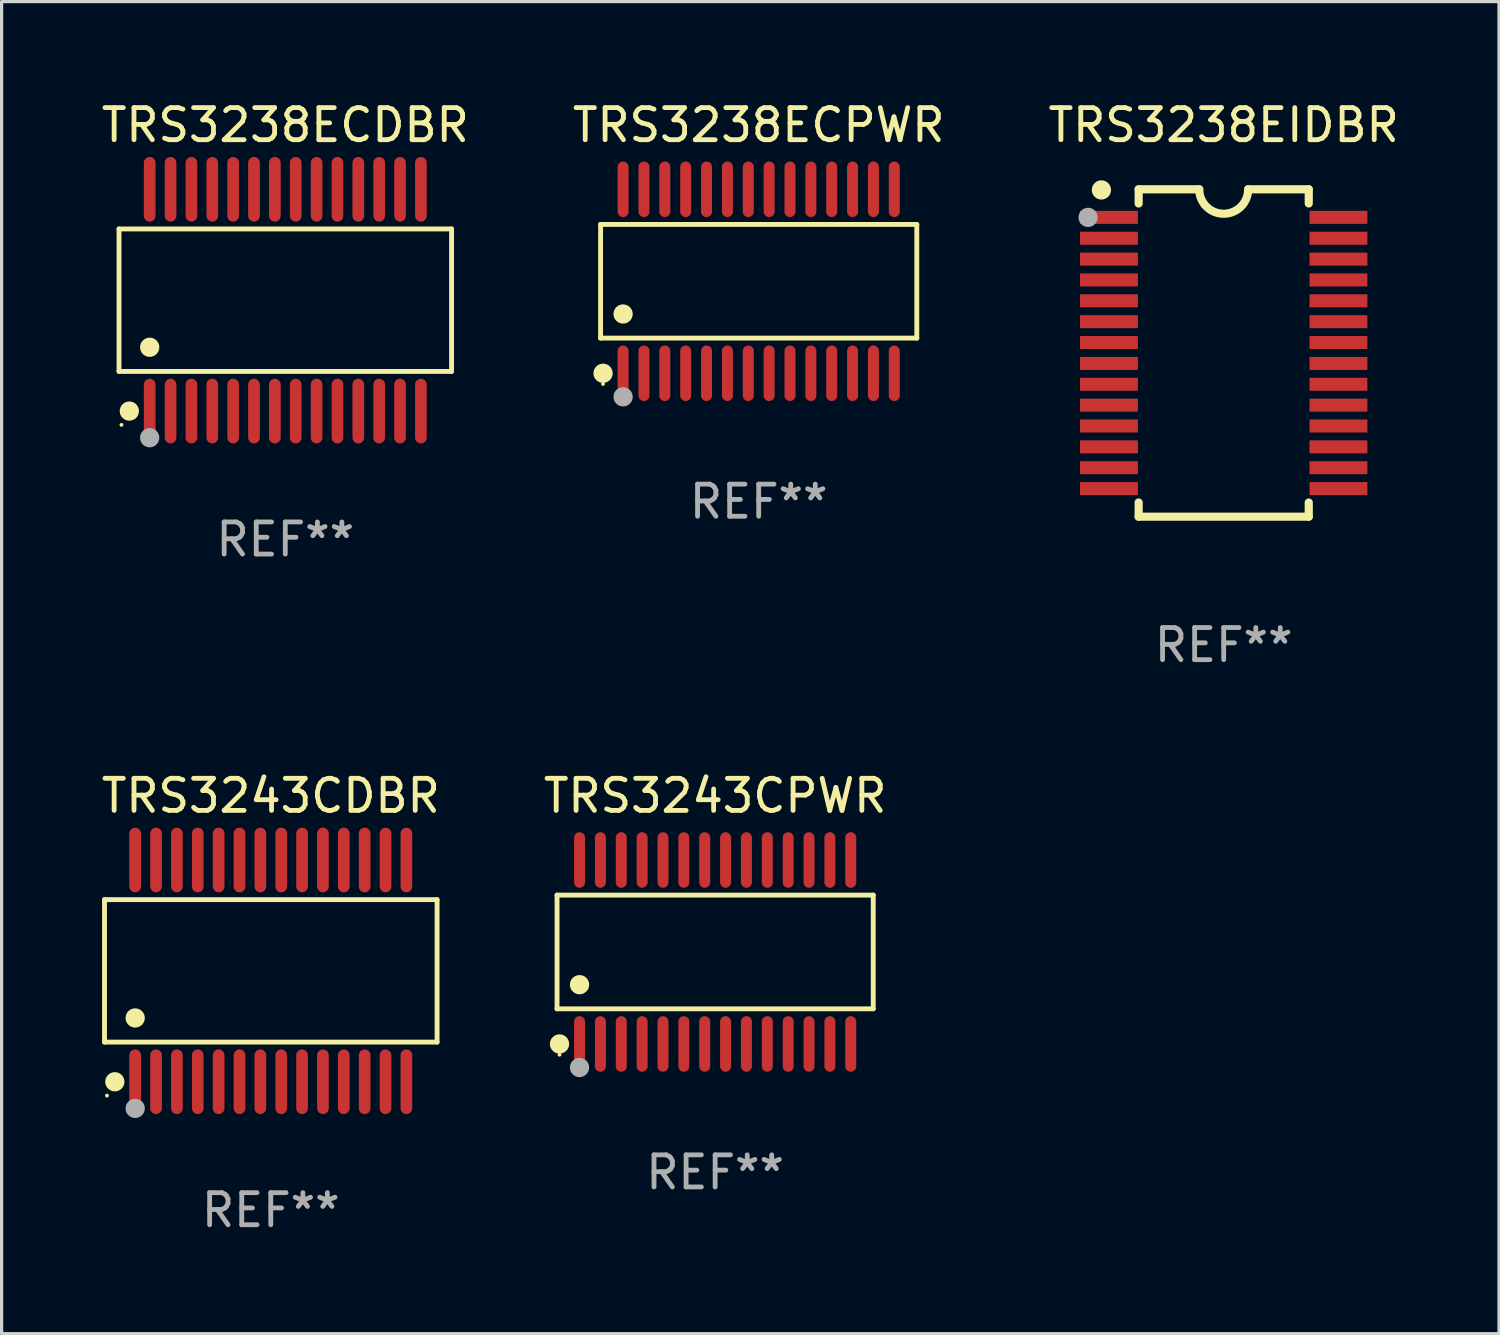
<source format=kicad_pcb>
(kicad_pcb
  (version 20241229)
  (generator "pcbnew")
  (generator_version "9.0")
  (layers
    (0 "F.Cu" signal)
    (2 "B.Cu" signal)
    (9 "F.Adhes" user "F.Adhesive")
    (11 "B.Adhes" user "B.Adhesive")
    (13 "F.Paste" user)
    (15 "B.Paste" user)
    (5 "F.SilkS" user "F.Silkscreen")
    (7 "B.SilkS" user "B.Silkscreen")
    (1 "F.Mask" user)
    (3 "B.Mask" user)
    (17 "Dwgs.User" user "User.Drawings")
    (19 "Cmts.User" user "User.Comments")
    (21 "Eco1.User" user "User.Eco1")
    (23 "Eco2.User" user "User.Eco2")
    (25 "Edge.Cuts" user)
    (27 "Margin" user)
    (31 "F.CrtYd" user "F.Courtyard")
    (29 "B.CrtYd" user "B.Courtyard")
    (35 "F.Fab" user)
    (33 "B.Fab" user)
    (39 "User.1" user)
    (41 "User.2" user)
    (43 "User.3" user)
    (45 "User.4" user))
  (footprint "TRS3243CDBR"
    (layer "F.Cu")
    (at 5.387 27.2)
    (property "Reference" "TRS3243CDBR" (at 0 -5.455 0) (layer "F.SilkS") (effects (font (size 1 1) (thickness 0.15))))
    (attr through_hole)
    (fp_line (start -5.181 -2.219) (end 5.181 -2.219) (stroke (width 0.152) (type solid)) (layer "F.SilkS"))
    (fp_line (start -5.181 2.219) (end -5.181 -2.219) (stroke (width 0.152) (type solid)) (layer "F.SilkS"))
    (fp_line (start 5.181 -2.219) (end 5.181 2.219) (stroke (width 0.152) (type solid)) (layer "F.SilkS"))
    (fp_line (start 5.181 2.219) (end -5.181 2.219) (stroke (width 0.152) (type solid)) (layer "F.SilkS"))
    (fp_circle (center -5.105 3.885) (end -5.075 3.885) (stroke (width 0.06) (type solid)) (fill no) (layer "F.SilkS"))
    (fp_circle (center -4.859 3.455) (end -4.709 3.455) (stroke (width 0.3) (type solid)) (fill no) (layer "F.SilkS"))
    (fp_circle (center -4.225 1.467) (end -4.075 1.467) (stroke (width 0.3) (type solid)) (fill no) (layer "F.SilkS"))
    (fp_circle (center -4.225 4.285) (end -4.075 4.285) (stroke (width 0.3) (type solid)) (fill no) (layer "F.Fab"))
    (fp_text user "REF**" (at 0 7.455 0) (layer "F.Fab") (effects (font (size 1 1) (thickness 0.15))))
    (pad "1" smd oval (at -4.225 3.455) (size 0.364 2.015) (layers "F.Cu" "F.Mask" "F.Paste"))
    (pad "2" smd oval (at -3.575 3.455) (size 0.364 2.015) (layers "F.Cu" "F.Mask" "F.Paste"))
    (pad "3" smd oval (at -2.925 3.455) (size 0.364 2.015) (layers "F.Cu" "F.Mask" "F.Paste"))
    (pad "4" smd oval (at -2.275 3.455) (size 0.364 2.015) (layers "F.Cu" "F.Mask" "F.Paste"))
    (pad "5" smd oval (at -1.625 3.455) (size 0.364 2.015) (layers "F.Cu" "F.Mask" "F.Paste"))
    (pad "6" smd oval (at -0.975 3.455) (size 0.364 2.015) (layers "F.Cu" "F.Mask" "F.Paste"))
    (pad "7" smd oval (at -0.325 3.455) (size 0.364 2.015) (layers "F.Cu" "F.Mask" "F.Paste"))
    (pad "8" smd oval (at 0.325 3.455) (size 0.364 2.015) (layers "F.Cu" "F.Mask" "F.Paste"))
    (pad "9" smd oval (at 0.975 3.455) (size 0.364 2.015) (layers "F.Cu" "F.Mask" "F.Paste"))
    (pad "10" smd oval (at 1.625 3.455) (size 0.364 2.015) (layers "F.Cu" "F.Mask" "F.Paste"))
    (pad "11" smd oval (at 2.275 3.455) (size 0.364 2.015) (layers "F.Cu" "F.Mask" "F.Paste"))
    (pad "12" smd oval (at 2.925 3.455) (size 0.364 2.015) (layers "F.Cu" "F.Mask" "F.Paste"))
    (pad "13" smd oval (at 3.575 3.455) (size 0.364 2.015) (layers "F.Cu" "F.Mask" "F.Paste"))
    (pad "14" smd oval (at 4.225 3.455) (size 0.364 2.015) (layers "F.Cu" "F.Mask" "F.Paste"))
    (pad "15" smd oval (at 4.225 -3.455) (size 0.364 2.015) (layers "F.Cu" "F.Mask" "F.Paste"))
    (pad "16" smd oval (at 3.575 -3.455) (size 0.364 2.015) (layers "F.Cu" "F.Mask" "F.Paste"))
    (pad "17" smd oval (at 2.925 -3.455) (size 0.364 2.015) (layers "F.Cu" "F.Mask" "F.Paste"))
    (pad "18" smd oval (at 2.275 -3.455) (size 0.364 2.015) (layers "F.Cu" "F.Mask" "F.Paste"))
    (pad "19" smd oval (at 1.625 -3.455) (size 0.364 2.015) (layers "F.Cu" "F.Mask" "F.Paste"))
    (pad "20" smd oval (at 0.975 -3.455) (size 0.364 2.015) (layers "F.Cu" "F.Mask" "F.Paste"))
    (pad "21" smd oval (at 0.325 -3.455) (size 0.364 2.015) (layers "F.Cu" "F.Mask" "F.Paste"))
    (pad "22" smd oval (at -0.325 -3.455) (size 0.364 2.015) (layers "F.Cu" "F.Mask" "F.Paste"))
    (pad "23" smd oval (at -0.975 -3.455) (size 0.364 2.015) (layers "F.Cu" "F.Mask" "F.Paste"))
    (pad "24" smd oval (at -1.625 -3.455) (size 0.364 2.015) (layers "F.Cu" "F.Mask" "F.Paste"))
    (pad "25" smd oval (at -2.275 -3.455) (size 0.364 2.015) (layers "F.Cu" "F.Mask" "F.Paste"))
    (pad "26" smd oval (at -2.925 -3.455) (size 0.364 2.015) (layers "F.Cu" "F.Mask" "F.Paste"))
    (pad "27" smd oval (at -3.575 -3.455) (size 0.364 2.015) (layers "F.Cu" "F.Mask" "F.Paste"))
    (pad "28" smd oval (at -4.225 -3.455) (size 0.364 2.015) (layers "F.Cu" "F.Mask" "F.Paste")))
  (footprint "TRS3238ECPWR"
    (layer "F.Cu")
    (at 20.589 5.714)
    (property "Reference" "TRS3238ECPWR" (at 0 -4.866 0) (layer "F.SilkS") (effects (font (size 1 1) (thickness 0.15))))
    (attr through_hole)
    (fp_line (start -4.926 -1.772) (end 4.926 -1.772) (stroke (width 0.152) (type solid)) (layer "F.SilkS"))
    (fp_line (start -4.926 1.771) (end -4.926 -1.772) (stroke (width 0.152) (type solid)) (layer "F.SilkS"))
    (fp_line (start 4.926 -1.772) (end 4.926 1.771) (stroke (width 0.152) (type solid)) (layer "F.SilkS"))
    (fp_line (start 4.926 1.771) (end -4.926 1.771) (stroke (width 0.152) (type solid)) (layer "F.SilkS"))
    (fp_circle (center -4.85 3.2) (end -4.82 3.2) (stroke (width 0.06) (type solid)) (fill no) (layer "F.SilkS"))
    (fp_circle (center -4.849 2.866) (end -4.699 2.866) (stroke (width 0.3) (type solid)) (fill no) (layer "F.SilkS"))
    (fp_circle (center -4.225 1.019) (end -4.075 1.019) (stroke (width 0.3) (type solid)) (fill no) (layer "F.SilkS"))
    (fp_circle (center -4.225 3.6) (end -4.075 3.6) (stroke (width 0.3) (type solid)) (fill no) (layer "F.Fab"))
    (fp_text user "REF**" (at 0 6.866 0) (layer "F.Fab") (effects (font (size 1 1) (thickness 0.15))))
    (pad "1" smd oval (at -4.225 2.866) (size 0.343 1.731) (layers "F.Cu" "F.Mask" "F.Paste"))
    (pad "2" smd oval (at -3.575 2.866) (size 0.343 1.731) (layers "F.Cu" "F.Mask" "F.Paste"))
    (pad "3" smd oval (at -2.925 2.866) (size 0.343 1.731) (layers "F.Cu" "F.Mask" "F.Paste"))
    (pad "4" smd oval (at -2.275 2.866) (size 0.343 1.731) (layers "F.Cu" "F.Mask" "F.Paste"))
    (pad "5" smd oval (at -1.625 2.866) (size 0.343 1.731) (layers "F.Cu" "F.Mask" "F.Paste"))
    (pad "6" smd oval (at -0.975 2.866) (size 0.343 1.731) (layers "F.Cu" "F.Mask" "F.Paste"))
    (pad "7" smd oval (at -0.325 2.866) (size 0.343 1.731) (layers "F.Cu" "F.Mask" "F.Paste"))
    (pad "8" smd oval (at 0.325 2.866) (size 0.343 1.731) (layers "F.Cu" "F.Mask" "F.Paste"))
    (pad "9" smd oval (at 0.975 2.866) (size 0.343 1.731) (layers "F.Cu" "F.Mask" "F.Paste"))
    (pad "10" smd oval (at 1.625 2.866) (size 0.343 1.731) (layers "F.Cu" "F.Mask" "F.Paste"))
    (pad "11" smd oval (at 2.275 2.866) (size 0.343 1.731) (layers "F.Cu" "F.Mask" "F.Paste"))
    (pad "12" smd oval (at 2.925 2.866) (size 0.343 1.731) (layers "F.Cu" "F.Mask" "F.Paste"))
    (pad "13" smd oval (at 3.575 2.866) (size 0.343 1.731) (layers "F.Cu" "F.Mask" "F.Paste"))
    (pad "14" smd oval (at 4.225 2.866) (size 0.343 1.731) (layers "F.Cu" "F.Mask" "F.Paste"))
    (pad "15" smd oval (at 4.225 -2.866) (size 0.343 1.731) (layers "F.Cu" "F.Mask" "F.Paste"))
    (pad "16" smd oval (at 3.575 -2.866) (size 0.343 1.731) (layers "F.Cu" "F.Mask" "F.Paste"))
    (pad "17" smd oval (at 2.925 -2.866) (size 0.343 1.731) (layers "F.Cu" "F.Mask" "F.Paste"))
    (pad "18" smd oval (at 2.275 -2.866) (size 0.343 1.731) (layers "F.Cu" "F.Mask" "F.Paste"))
    (pad "19" smd oval (at 1.625 -2.866) (size 0.343 1.731) (layers "F.Cu" "F.Mask" "F.Paste"))
    (pad "20" smd oval (at 0.975 -2.866) (size 0.343 1.731) (layers "F.Cu" "F.Mask" "F.Paste"))
    (pad "21" smd oval (at 0.325 -2.866) (size 0.343 1.731) (layers "F.Cu" "F.Mask" "F.Paste"))
    (pad "22" smd oval (at -0.325 -2.866) (size 0.343 1.731) (layers "F.Cu" "F.Mask" "F.Paste"))
    (pad "23" smd oval (at -0.975 -2.866) (size 0.343 1.731) (layers "F.Cu" "F.Mask" "F.Paste"))
    (pad "24" smd oval (at -1.625 -2.866) (size 0.343 1.731) (layers "F.Cu" "F.Mask" "F.Paste"))
    (pad "25" smd oval (at -2.275 -2.866) (size 0.343 1.731) (layers "F.Cu" "F.Mask" "F.Paste"))
    (pad "26" smd oval (at -2.925 -2.866) (size 0.343 1.731) (layers "F.Cu" "F.Mask" "F.Paste"))
    (pad "27" smd oval (at -3.575 -2.866) (size 0.343 1.731) (layers "F.Cu" "F.Mask" "F.Paste"))
    (pad "28" smd oval (at -4.225 -2.866) (size 0.343 1.731) (layers "F.Cu" "F.Mask" "F.Paste")))
  (footprint "TRS3238ECDBR"
    (layer "F.Cu")
    (at 5.839 6.303)
    (property "Reference" "TRS3238ECDBR" (at 0 -5.455 0) (layer "F.SilkS") (effects (font (size 1 1) (thickness 0.15))))
    (attr through_hole)
    (fp_line (start -5.181 -2.219) (end 5.181 -2.219) (stroke (width 0.152) (type solid)) (layer "F.SilkS"))
    (fp_line (start -5.181 2.219) (end -5.181 -2.219) (stroke (width 0.152) (type solid)) (layer "F.SilkS"))
    (fp_line (start 5.181 -2.219) (end 5.181 2.219) (stroke (width 0.152) (type solid)) (layer "F.SilkS"))
    (fp_line (start 5.181 2.219) (end -5.181 2.219) (stroke (width 0.152) (type solid)) (layer "F.SilkS"))
    (fp_circle (center -5.105 3.885) (end -5.075 3.885) (stroke (width 0.06) (type solid)) (fill no) (layer "F.SilkS"))
    (fp_circle (center -4.859 3.455) (end -4.709 3.455) (stroke (width 0.3) (type solid)) (fill no) (layer "F.SilkS"))
    (fp_circle (center -4.225 1.467) (end -4.075 1.467) (stroke (width 0.3) (type solid)) (fill no) (layer "F.SilkS"))
    (fp_circle (center -4.225 4.285) (end -4.075 4.285) (stroke (width 0.3) (type solid)) (fill no) (layer "F.Fab"))
    (fp_text user "REF**" (at 0 7.455 0) (layer "F.Fab") (effects (font (size 1 1) (thickness 0.15))))
    (pad "1" smd oval (at -4.225 3.455) (size 0.364 2.015) (layers "F.Cu" "F.Mask" "F.Paste"))
    (pad "2" smd oval (at -3.575 3.455) (size 0.364 2.015) (layers "F.Cu" "F.Mask" "F.Paste"))
    (pad "3" smd oval (at -2.925 3.455) (size 0.364 2.015) (layers "F.Cu" "F.Mask" "F.Paste"))
    (pad "4" smd oval (at -2.275 3.455) (size 0.364 2.015) (layers "F.Cu" "F.Mask" "F.Paste"))
    (pad "5" smd oval (at -1.625 3.455) (size 0.364 2.015) (layers "F.Cu" "F.Mask" "F.Paste"))
    (pad "6" smd oval (at -0.975 3.455) (size 0.364 2.015) (layers "F.Cu" "F.Mask" "F.Paste"))
    (pad "7" smd oval (at -0.325 3.455) (size 0.364 2.015) (layers "F.Cu" "F.Mask" "F.Paste"))
    (pad "8" smd oval (at 0.325 3.455) (size 0.364 2.015) (layers "F.Cu" "F.Mask" "F.Paste"))
    (pad "9" smd oval (at 0.975 3.455) (size 0.364 2.015) (layers "F.Cu" "F.Mask" "F.Paste"))
    (pad "10" smd oval (at 1.625 3.455) (size 0.364 2.015) (layers "F.Cu" "F.Mask" "F.Paste"))
    (pad "11" smd oval (at 2.275 3.455) (size 0.364 2.015) (layers "F.Cu" "F.Mask" "F.Paste"))
    (pad "12" smd oval (at 2.925 3.455) (size 0.364 2.015) (layers "F.Cu" "F.Mask" "F.Paste"))
    (pad "13" smd oval (at 3.575 3.455) (size 0.364 2.015) (layers "F.Cu" "F.Mask" "F.Paste"))
    (pad "14" smd oval (at 4.225 3.455) (size 0.364 2.015) (layers "F.Cu" "F.Mask" "F.Paste"))
    (pad "15" smd oval (at 4.225 -3.455) (size 0.364 2.015) (layers "F.Cu" "F.Mask" "F.Paste"))
    (pad "16" smd oval (at 3.575 -3.455) (size 0.364 2.015) (layers "F.Cu" "F.Mask" "F.Paste"))
    (pad "17" smd oval (at 2.925 -3.455) (size 0.364 2.015) (layers "F.Cu" "F.Mask" "F.Paste"))
    (pad "18" smd oval (at 2.275 -3.455) (size 0.364 2.015) (layers "F.Cu" "F.Mask" "F.Paste"))
    (pad "19" smd oval (at 1.625 -3.455) (size 0.364 2.015) (layers "F.Cu" "F.Mask" "F.Paste"))
    (pad "20" smd oval (at 0.975 -3.455) (size 0.364 2.015) (layers "F.Cu" "F.Mask" "F.Paste"))
    (pad "21" smd oval (at 0.325 -3.455) (size 0.364 2.015) (layers "F.Cu" "F.Mask" "F.Paste"))
    (pad "22" smd oval (at -0.325 -3.455) (size 0.364 2.015) (layers "F.Cu" "F.Mask" "F.Paste"))
    (pad "23" smd oval (at -0.975 -3.455) (size 0.364 2.015) (layers "F.Cu" "F.Mask" "F.Paste"))
    (pad "24" smd oval (at -1.625 -3.455) (size 0.364 2.015) (layers "F.Cu" "F.Mask" "F.Paste"))
    (pad "25" smd oval (at -2.275 -3.455) (size 0.364 2.015) (layers "F.Cu" "F.Mask" "F.Paste"))
    (pad "26" smd oval (at -2.925 -3.455) (size 0.364 2.015) (layers "F.Cu" "F.Mask" "F.Paste"))
    (pad "27" smd oval (at -3.575 -3.455) (size 0.364 2.015) (layers "F.Cu" "F.Mask" "F.Paste"))
    (pad "28" smd oval (at -4.225 -3.455) (size 0.364 2.015) (layers "F.Cu" "F.Mask" "F.Paste")))
  (footprint "TRS3243CPWR"
    (layer "F.Cu")
    (at 19.232 26.611)
    (property "Reference" "TRS3243CPWR" (at 0 -4.866 0) (layer "F.SilkS") (effects (font (size 1 1) (thickness 0.15))))
    (attr through_hole)
    (fp_line (start -4.926 -1.772) (end 4.926 -1.772) (stroke (width 0.152) (type solid)) (layer "F.SilkS"))
    (fp_line (start -4.926 1.771) (end -4.926 -1.772) (stroke (width 0.152) (type solid)) (layer "F.SilkS"))
    (fp_line (start 4.926 -1.772) (end 4.926 1.771) (stroke (width 0.152) (type solid)) (layer "F.SilkS"))
    (fp_line (start 4.926 1.771) (end -4.926 1.771) (stroke (width 0.152) (type solid)) (layer "F.SilkS"))
    (fp_circle (center -4.85 3.2) (end -4.82 3.2) (stroke (width 0.06) (type solid)) (fill no) (layer "F.SilkS"))
    (fp_circle (center -4.849 2.866) (end -4.699 2.866) (stroke (width 0.3) (type solid)) (fill no) (layer "F.SilkS"))
    (fp_circle (center -4.225 1.019) (end -4.075 1.019) (stroke (width 0.3) (type solid)) (fill no) (layer "F.SilkS"))
    (fp_circle (center -4.225 3.6) (end -4.075 3.6) (stroke (width 0.3) (type solid)) (fill no) (layer "F.Fab"))
    (fp_text user "REF**" (at 0 6.866 0) (layer "F.Fab") (effects (font (size 1 1) (thickness 0.15))))
    (pad "1" smd oval (at -4.225 2.866) (size 0.343 1.731) (layers "F.Cu" "F.Mask" "F.Paste"))
    (pad "2" smd oval (at -3.575 2.866) (size 0.343 1.731) (layers "F.Cu" "F.Mask" "F.Paste"))
    (pad "3" smd oval (at -2.925 2.866) (size 0.343 1.731) (layers "F.Cu" "F.Mask" "F.Paste"))
    (pad "4" smd oval (at -2.275 2.866) (size 0.343 1.731) (layers "F.Cu" "F.Mask" "F.Paste"))
    (pad "5" smd oval (at -1.625 2.866) (size 0.343 1.731) (layers "F.Cu" "F.Mask" "F.Paste"))
    (pad "6" smd oval (at -0.975 2.866) (size 0.343 1.731) (layers "F.Cu" "F.Mask" "F.Paste"))
    (pad "7" smd oval (at -0.325 2.866) (size 0.343 1.731) (layers "F.Cu" "F.Mask" "F.Paste"))
    (pad "8" smd oval (at 0.325 2.866) (size 0.343 1.731) (layers "F.Cu" "F.Mask" "F.Paste"))
    (pad "9" smd oval (at 0.975 2.866) (size 0.343 1.731) (layers "F.Cu" "F.Mask" "F.Paste"))
    (pad "10" smd oval (at 1.625 2.866) (size 0.343 1.731) (layers "F.Cu" "F.Mask" "F.Paste"))
    (pad "11" smd oval (at 2.275 2.866) (size 0.343 1.731) (layers "F.Cu" "F.Mask" "F.Paste"))
    (pad "12" smd oval (at 2.925 2.866) (size 0.343 1.731) (layers "F.Cu" "F.Mask" "F.Paste"))
    (pad "13" smd oval (at 3.575 2.866) (size 0.343 1.731) (layers "F.Cu" "F.Mask" "F.Paste"))
    (pad "14" smd oval (at 4.225 2.866) (size 0.343 1.731) (layers "F.Cu" "F.Mask" "F.Paste"))
    (pad "15" smd oval (at 4.225 -2.866) (size 0.343 1.731) (layers "F.Cu" "F.Mask" "F.Paste"))
    (pad "16" smd oval (at 3.575 -2.866) (size 0.343 1.731) (layers "F.Cu" "F.Mask" "F.Paste"))
    (pad "17" smd oval (at 2.925 -2.866) (size 0.343 1.731) (layers "F.Cu" "F.Mask" "F.Paste"))
    (pad "18" smd oval (at 2.275 -2.866) (size 0.343 1.731) (layers "F.Cu" "F.Mask" "F.Paste"))
    (pad "19" smd oval (at 1.625 -2.866) (size 0.343 1.731) (layers "F.Cu" "F.Mask" "F.Paste"))
    (pad "20" smd oval (at 0.975 -2.866) (size 0.343 1.731) (layers "F.Cu" "F.Mask" "F.Paste"))
    (pad "21" smd oval (at 0.325 -2.866) (size 0.343 1.731) (layers "F.Cu" "F.Mask" "F.Paste"))
    (pad "22" smd oval (at -0.325 -2.866) (size 0.343 1.731) (layers "F.Cu" "F.Mask" "F.Paste"))
    (pad "23" smd oval (at -0.975 -2.866) (size 0.343 1.731) (layers "F.Cu" "F.Mask" "F.Paste"))
    (pad "24" smd oval (at -1.625 -2.866) (size 0.343 1.731) (layers "F.Cu" "F.Mask" "F.Paste"))
    (pad "25" smd oval (at -2.275 -2.866) (size 0.343 1.731) (layers "F.Cu" "F.Mask" "F.Paste"))
    (pad "26" smd oval (at -2.925 -2.866) (size 0.343 1.731) (layers "F.Cu" "F.Mask" "F.Paste"))
    (pad "27" smd oval (at -3.575 -2.866) (size 0.343 1.731) (layers "F.Cu" "F.Mask" "F.Paste"))
    (pad "28" smd oval (at -4.225 -2.866) (size 0.343 1.731) (layers "F.Cu" "F.Mask" "F.Paste")))
  (footprint "TRS3238EIDBR"
    (layer "F.Cu")
    (at 35.077 7.948)
    (property "Reference" "TRS3238EIDBR" (at 0 -7.1 0) (layer "F.SilkS") (effects (font (size 1 1) (thickness 0.15))))
    (attr through_hole)
    (fp_line (start -2.65 -5.1) (end -0.762 -5.1) (stroke (width 0.254) (type solid)) (layer "F.SilkS"))
    (fp_line (start -2.65 -4.658) (end -2.65 -5.1) (stroke (width 0.254) (type solid)) (layer "F.SilkS"))
    (fp_line (start -2.65 5.1) (end -2.65 4.658) (stroke (width 0.254) (type solid)) (layer "F.SilkS"))
    (fp_line (start -2.65 5.1) (end 2.65 5.1) (stroke (width 0.254) (type solid)) (layer "F.SilkS"))
    (fp_line (start 2.65 -5.1) (end 0.762 -5.1) (stroke (width 0.254) (type solid)) (layer "F.SilkS"))
    (fp_line (start 2.65 -5.1) (end 2.65 -4.658) (stroke (width 0.254) (type solid)) (layer "F.SilkS"))
    (fp_line (start 2.65 4.658) (end 2.65 5.1) (stroke (width 0.254) (type solid)) (layer "F.SilkS"))
    (fp_arc (start 0.761925 -5.1) (mid -0.000241 -4.338329) (end -0.762077 -5.10033) (stroke (width 0.254001) (type solid)) (layer "F.SilkS"))
    (fp_circle (center -3.858 -5.07) (end -3.828 -5.07) (stroke (width 0.06) (type solid)) (fill no) (layer "F.SilkS"))
    (fp_circle (center -3.81 -5.08) (end -3.66 -5.08) (stroke (width 0.3) (type solid)) (fill no) (layer "F.SilkS"))
    (fp_circle (center -4.225 -4.225) (end -4.075 -4.225) (stroke (width 0.3) (type solid)) (fill no) (layer "F.Fab"))
    (fp_text user "REF**" (at 0 9.1 0) (layer "F.Fab") (effects (font (size 1 1) (thickness 0.15))))
    (pad "1" smd rect (at -3.575 -4.225) (size 1.803 0.406) (layers "F.Cu" "F.Mask" "F.Paste"))
    (pad "2" smd rect (at -3.575 -3.575) (size 1.803 0.406) (layers "F.Cu" "F.Mask" "F.Paste"))
    (pad "3" smd rect (at -3.575 -2.925) (size 1.803 0.406) (layers "F.Cu" "F.Mask" "F.Paste"))
    (pad "4" smd rect (at -3.575 -2.275) (size 1.803 0.406) (layers "F.Cu" "F.Mask" "F.Paste"))
    (pad "5" smd rect (at -3.575 -1.625) (size 1.803 0.406) (layers "F.Cu" "F.Mask" "F.Paste"))
    (pad "6" smd rect (at -3.575 -0.975) (size 1.803 0.406) (layers "F.Cu" "F.Mask" "F.Paste"))
    (pad "7" smd rect (at -3.575 -0.325) (size 1.803 0.406) (layers "F.Cu" "F.Mask" "F.Paste"))
    (pad "8" smd rect (at -3.575 0.325) (size 1.803 0.406) (layers "F.Cu" "F.Mask" "F.Paste"))
    (pad "9" smd rect (at -3.575 0.975) (size 1.803 0.406) (layers "F.Cu" "F.Mask" "F.Paste"))
    (pad "10" smd rect (at -3.575 1.625) (size 1.803 0.406) (layers "F.Cu" "F.Mask" "F.Paste"))
    (pad "11" smd rect (at -3.575 2.275) (size 1.803 0.406) (layers "F.Cu" "F.Mask" "F.Paste"))
    (pad "12" smd rect (at -3.575 2.925) (size 1.803 0.406) (layers "F.Cu" "F.Mask" "F.Paste"))
    (pad "13" smd rect (at -3.575 3.575) (size 1.803 0.406) (layers "F.Cu" "F.Mask" "F.Paste"))
    (pad "14" smd rect (at -3.575 4.225) (size 1.803 0.406) (layers "F.Cu" "F.Mask" "F.Paste"))
    (pad "15" smd rect (at 3.575 4.225) (size 1.803 0.406) (layers "F.Cu" "F.Mask" "F.Paste"))
    (pad "16" smd rect (at 3.575 3.575) (size 1.803 0.406) (layers "F.Cu" "F.Mask" "F.Paste"))
    (pad "17" smd rect (at 3.575 2.925) (size 1.803 0.406) (layers "F.Cu" "F.Mask" "F.Paste"))
    (pad "18" smd rect (at 3.575 2.275) (size 1.803 0.406) (layers "F.Cu" "F.Mask" "F.Paste"))
    (pad "19" smd rect (at 3.575 1.625) (size 1.803 0.406) (layers "F.Cu" "F.Mask" "F.Paste"))
    (pad "20" smd rect (at 3.575 0.975) (size 1.803 0.406) (layers "F.Cu" "F.Mask" "F.Paste"))
    (pad "21" smd rect (at 3.575 0.325) (size 1.803 0.406) (layers "F.Cu" "F.Mask" "F.Paste"))
    (pad "22" smd rect (at 3.575 -0.325) (size 1.803 0.406) (layers "F.Cu" "F.Mask" "F.Paste"))
    (pad "23" smd rect (at 3.575 -0.975) (size 1.803 0.406) (layers "F.Cu" "F.Mask" "F.Paste"))
    (pad "24" smd rect (at 3.575 -1.625) (size 1.803 0.406) (layers "F.Cu" "F.Mask" "F.Paste"))
    (pad "25" smd rect (at 3.575 -2.275) (size 1.803 0.406) (layers "F.Cu" "F.Mask" "F.Paste"))
    (pad "26" smd rect (at 3.575 -2.925) (size 1.803 0.406) (layers "F.Cu" "F.Mask" "F.Paste"))
    (pad "27" smd rect (at 3.575 -3.575) (size 1.803 0.406) (layers "F.Cu" "F.Mask" "F.Paste"))
    (pad "28" smd rect (at 3.575 -4.225) (size 1.803 0.406) (layers "F.Cu" "F.Mask" "F.Paste")))
  (gr_rect
    (start -3 -3)
    (end 43.655 38.503)
    (stroke (width 0.1) (type default))
    (fill no)
    (layer "Edge.Cuts")))
</source>
